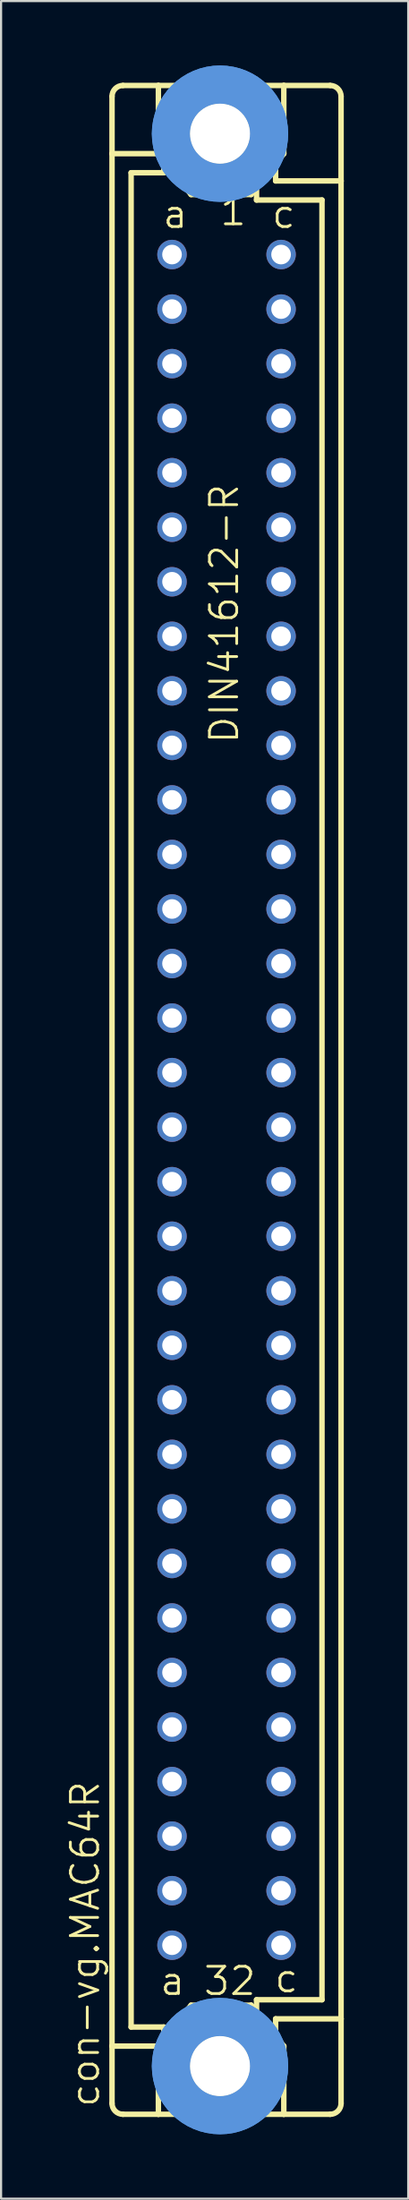
<source format=kicad_pcb>
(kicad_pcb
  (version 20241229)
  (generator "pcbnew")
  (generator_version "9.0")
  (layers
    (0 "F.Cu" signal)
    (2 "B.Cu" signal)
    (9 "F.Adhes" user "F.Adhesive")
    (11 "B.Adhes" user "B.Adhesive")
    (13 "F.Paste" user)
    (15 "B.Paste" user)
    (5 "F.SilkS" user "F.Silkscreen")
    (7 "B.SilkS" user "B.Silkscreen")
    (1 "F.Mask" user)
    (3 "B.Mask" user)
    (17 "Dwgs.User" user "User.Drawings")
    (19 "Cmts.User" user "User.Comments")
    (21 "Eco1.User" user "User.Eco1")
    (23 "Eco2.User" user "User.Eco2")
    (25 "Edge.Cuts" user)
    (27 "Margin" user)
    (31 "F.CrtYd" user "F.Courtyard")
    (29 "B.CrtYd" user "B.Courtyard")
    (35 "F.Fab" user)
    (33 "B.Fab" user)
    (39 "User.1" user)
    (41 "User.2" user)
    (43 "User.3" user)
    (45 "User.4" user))
  (footprint "con-vg.MAC64R"
    (layer "F.Cu")
    (at 7.502 48.175)
    (property "Reference" "con-vg.MAC64R" (at -5.842 46.99 90) (layer "F.SilkS") (effects (font (size 1.27 1.27) (thickness 0.13)) (justify left bottom)))
    (attr through_hole)
    (fp_line (start -5.334 -44.069) (end -5.334 -46.736) (stroke (width 0.254) (type default)) (layer "F.SilkS"))
    (fp_line (start -5.334 -44.069) (end -3.175 -44.069) (stroke (width 0.254) (type default)) (layer "F.SilkS"))
    (fp_line (start -5.334 44.069) (end -5.334 -44.069) (stroke (width 0.254) (type default)) (layer "F.SilkS"))
    (fp_line (start -5.334 44.069) (end -3.175 44.069) (stroke (width 0.254) (type default)) (layer "F.SilkS"))
    (fp_line (start -5.334 46.736) (end -5.334 44.069) (stroke (width 0.254) (type default)) (layer "F.SilkS"))
    (fp_line (start -4.826 -47.244) (end -3.175 -47.244) (stroke (width 0.254) (type default)) (layer "F.SilkS"))
    (fp_line (start -4.826 47.244) (end -3.175 47.244) (stroke (width 0.254) (type default)) (layer "F.SilkS"))
    (fp_line (start -4.445 -43.18) (end -4.445 43.18) (stroke (width 0.254) (type default)) (layer "F.SilkS"))
    (fp_line (start -4.445 43.18) (end -2.921 43.18) (stroke (width 0.254) (type default)) (layer "F.SilkS"))
    (fp_line (start -3.175 -47.244) (end -3.175 -44.069) (stroke (width 0.254) (type default)) (layer "F.SilkS"))
    (fp_line (start -3.175 47.244) (end -3.175 44.069) (stroke (width 0.254) (type default)) (layer "F.SilkS"))
    (fp_line (start -3.175 47.244) (end 2.667 47.244) (stroke (width 0.254) (type default)) (layer "F.SilkS"))
    (fp_line (start -2.921 -43.688) (end -2.921 -43.18) (stroke (width 0.254) (type default)) (layer "F.SilkS"))
    (fp_line (start -2.921 -43.18) (end -4.445 -43.18) (stroke (width 0.254) (type default)) (layer "F.SilkS"))
    (fp_line (start -2.921 43.18) (end -2.921 43.688) (stroke (width 0.254) (type default)) (layer "F.SilkS"))
    (fp_line (start -1.651 -42.164) (end -3.175 -44.069) (stroke (width 0.254) (type default)) (layer "F.SilkS"))
    (fp_line (start -1.651 42.164) (end -3.175 44.069) (stroke (width 0.254) (type default)) (layer "F.SilkS"))
    (fp_line (start -1.651 42.164) (end 1.143 42.164) (stroke (width 0.254) (type default)) (layer "F.SilkS"))
    (fp_line (start 1.143 -42.164) (end -1.651 -42.164) (stroke (width 0.254) (type default)) (layer "F.SilkS"))
    (fp_line (start 1.143 -42.164) (end 2.667 -44.069) (stroke (width 0.254) (type default)) (layer "F.SilkS"))
    (fp_line (start 1.143 42.164) (end 1.397 42.545) (stroke (width 0.254) (type default)) (layer "F.SilkS"))
    (fp_line (start 1.143 42.164) (end 2.667 44.069) (stroke (width 0.254) (type default)) (layer "F.SilkS"))
    (fp_line (start 1.397 -41.91) (end 1.397 -42.418) (stroke (width 0.254) (type default)) (layer "F.SilkS"))
    (fp_line (start 1.397 41.91) (end 4.445 41.91) (stroke (width 0.254) (type default)) (layer "F.SilkS"))
    (fp_line (start 1.397 42.545) (end 1.397 41.91) (stroke (width 0.254) (type default)) (layer "F.SilkS"))
    (fp_line (start 2.286 -42.799) (end 2.286 -43.561) (stroke (width 0.254) (type default)) (layer "F.SilkS"))
    (fp_line (start 2.286 42.799) (end 2.286 43.561) (stroke (width 0.254) (type default)) (layer "F.SilkS"))
    (fp_line (start 2.286 42.799) (end 5.334 42.799) (stroke (width 0.254) (type default)) (layer "F.SilkS"))
    (fp_line (start 2.667 -47.244) (end -3.175 -47.244) (stroke (width 0.254) (type default)) (layer "F.SilkS"))
    (fp_line (start 2.667 -47.244) (end 2.667 -44.069) (stroke (width 0.254) (type default)) (layer "F.SilkS"))
    (fp_line (start 2.667 47.244) (end 2.667 44.069) (stroke (width 0.254) (type default)) (layer "F.SilkS"))
    (fp_line (start 2.667 47.244) (end 4.826 47.244) (stroke (width 0.254) (type default)) (layer "F.SilkS"))
    (fp_line (start 4.445 -41.91) (end 1.397 -41.91) (stroke (width 0.254) (type default)) (layer "F.SilkS"))
    (fp_line (start 4.445 41.91) (end 4.445 -41.91) (stroke (width 0.254) (type default)) (layer "F.SilkS"))
    (fp_line (start 4.826 -47.244) (end 2.667 -47.244) (stroke (width 0.254) (type default)) (layer "F.SilkS"))
    (fp_line (start 5.334 -42.799) (end 2.286 -42.799) (stroke (width 0.254) (type default)) (layer "F.SilkS"))
    (fp_line (start 5.334 -42.799) (end 5.334 -46.736) (stroke (width 0.254) (type default)) (layer "F.SilkS"))
    (fp_line (start 5.334 42.799) (end 5.334 -42.799) (stroke (width 0.254) (type default)) (layer "F.SilkS"))
    (fp_line (start 5.334 46.736) (end 5.334 42.799) (stroke (width 0.254) (type default)) (layer "F.SilkS"))
    (fp_arc (start -5.334 -46.736) (mid -5.18521 -47.09521) (end -4.826 -47.244) (stroke (width 0.254) (type default)) (layer "F.SilkS"))
    (fp_arc (start -4.826 47.244) (mid -5.18521 47.09521) (end -5.334 46.736) (stroke (width 0.254) (type default)) (layer "F.SilkS"))
    (fp_arc (start 4.826 -47.244) (mid 5.18521 -47.09521) (end 5.334 -46.736) (stroke (width 0.254) (type default)) (layer "F.SilkS"))
    (fp_arc (start 5.334 46.736) (mid 5.18521 47.09521) (end 4.826 47.244) (stroke (width 0.254) (type default)) (layer "F.SilkS"))
    (fp_circle (center -0.305 -45) (end 0.965 -45) (stroke (width 0.254) (type default)) (fill no) (layer "F.SilkS"))
    (fp_circle (center -0.305 45) (end 0.965 45) (stroke (width 0.254) (type default)) (fill no) (layer "F.SilkS"))
    (fp_circle (center -0.305 -45) (end 1.981 -45) (stroke (width 1.778) (type default)) (fill no) (layer "Cmts.User"))
    (fp_circle (center -0.305 -45) (end 1.981 -45) (stroke (width 1.778) (type default)) (fill no) (layer "Cmts.User"))
    (fp_circle (center -0.305 45) (end 1.981 45) (stroke (width 1.778) (type default)) (fill no) (layer "Cmts.User"))
    (fp_circle (center -0.305 45) (end 1.981 45) (stroke (width 1.778) (type default)) (fill no) (layer "Cmts.User"))
    (fp_text user "1" (at -0.381 -40.64 0) (layer "F.SilkS") (effects (font (size 1.27 1.27) (thickness 0.13)) (justify left bottom)))
    (fp_text user "32" (at -1.143 41.783 0) (layer "F.SilkS") (effects (font (size 1.27 1.27) (thickness 0.13)) (justify left bottom)))
    (fp_text user "a" (at -3.048 -40.513 0) (layer "F.SilkS") (effects (font (size 1.27 1.27) (thickness 0.13)) (justify left bottom)))
    (fp_text user "a " (at -3.175 41.783 0) (layer "F.SilkS") (effects (font (size 1.27 1.27) (thickness 0.13)) (justify left bottom)))
    (fp_text user "DIN41612-R" (at 0.635 -16.51 90) (layer "F.SilkS") (effects (font (size 1.27 1.27) (thickness 0.13)) (justify left bottom)))
    (fp_text user "c" (at 2.032 -40.513 0) (layer "F.SilkS") (effects (font (size 1.27 1.27) (thickness 0.13)) (justify left bottom)))
    (fp_text user "c " (at 2.159 41.656 0) (layer "F.SilkS") (effects (font (size 1.27 1.27) (thickness 0.13)) (justify left bottom)))
    (pad "" np_thru_hole circle (at -0.305 -45) (size 2.794 2.794) (drill 2.794) (layers "*.Cu" "*.Mask"))
    (pad "" np_thru_hole circle (at -0.305 45) (size 2.794 2.794) (drill 2.794) (layers "*.Cu" "*.Mask"))
    (pad "A1" thru_hole circle (at -2.54 -39.37) (size 1.372 1.372) (drill 0.914) (layers "*.Cu" "*.Mask"))
    (pad "A2" thru_hole circle (at -2.54 -36.83) (size 1.372 1.372) (drill 0.914) (layers "*.Cu" "*.Mask"))
    (pad "A3" thru_hole circle (at -2.54 -34.29) (size 1.372 1.372) (drill 0.914) (layers "*.Cu" "*.Mask"))
    (pad "A4" thru_hole circle (at -2.54 -31.75) (size 1.372 1.372) (drill 0.914) (layers "*.Cu" "*.Mask"))
    (pad "A5" thru_hole circle (at -2.54 -29.21) (size 1.372 1.372) (drill 0.914) (layers "*.Cu" "*.Mask"))
    (pad "A6" thru_hole circle (at -2.54 -26.67) (size 1.372 1.372) (drill 0.914) (layers "*.Cu" "*.Mask"))
    (pad "A7" thru_hole circle (at -2.54 -24.13) (size 1.372 1.372) (drill 0.914) (layers "*.Cu" "*.Mask"))
    (pad "A8" thru_hole circle (at -2.54 -21.59) (size 1.372 1.372) (drill 0.914) (layers "*.Cu" "*.Mask"))
    (pad "A9" thru_hole circle (at -2.54 -19.05) (size 1.372 1.372) (drill 0.914) (layers "*.Cu" "*.Mask"))
    (pad "A10" thru_hole circle (at -2.54 -16.51) (size 1.372 1.372) (drill 0.914) (layers "*.Cu" "*.Mask"))
    (pad "A11" thru_hole circle (at -2.54 -13.97) (size 1.372 1.372) (drill 0.914) (layers "*.Cu" "*.Mask"))
    (pad "A12" thru_hole circle (at -2.54 -11.43) (size 1.372 1.372) (drill 0.914) (layers "*.Cu" "*.Mask"))
    (pad "A13" thru_hole circle (at -2.54 -8.89) (size 1.372 1.372) (drill 0.914) (layers "*.Cu" "*.Mask"))
    (pad "A14" thru_hole circle (at -2.54 -6.35) (size 1.372 1.372) (drill 0.914) (layers "*.Cu" "*.Mask"))
    (pad "A15" thru_hole circle (at -2.54 -3.81) (size 1.372 1.372) (drill 0.914) (layers "*.Cu" "*.Mask"))
    (pad "A16" thru_hole circle (at -2.54 -1.27) (size 1.372 1.372) (drill 0.914) (layers "*.Cu" "*.Mask"))
    (pad "A17" thru_hole circle (at -2.54 1.27) (size 1.372 1.372) (drill 0.914) (layers "*.Cu" "*.Mask"))
    (pad "A18" thru_hole circle (at -2.54 3.81) (size 1.372 1.372) (drill 0.914) (layers "*.Cu" "*.Mask"))
    (pad "A19" thru_hole circle (at -2.54 6.35) (size 1.372 1.372) (drill 0.914) (layers "*.Cu" "*.Mask"))
    (pad "A20" thru_hole circle (at -2.54 8.89) (size 1.372 1.372) (drill 0.914) (layers "*.Cu" "*.Mask"))
    (pad "A21" thru_hole circle (at -2.54 11.43) (size 1.372 1.372) (drill 0.914) (layers "*.Cu" "*.Mask"))
    (pad "A22" thru_hole circle (at -2.54 13.97) (size 1.372 1.372) (drill 0.914) (layers "*.Cu" "*.Mask"))
    (pad "A23" thru_hole circle (at -2.54 16.51) (size 1.372 1.372) (drill 0.914) (layers "*.Cu" "*.Mask"))
    (pad "A24" thru_hole circle (at -2.54 19.05) (size 1.372 1.372) (drill 0.914) (layers "*.Cu" "*.Mask"))
    (pad "A25" thru_hole circle (at -2.54 21.59) (size 1.372 1.372) (drill 0.914) (layers "*.Cu" "*.Mask"))
    (pad "A26" thru_hole circle (at -2.54 24.13) (size 1.372 1.372) (drill 0.914) (layers "*.Cu" "*.Mask"))
    (pad "A27" thru_hole circle (at -2.54 26.67) (size 1.372 1.372) (drill 0.914) (layers "*.Cu" "*.Mask"))
    (pad "A28" thru_hole circle (at -2.54 29.21) (size 1.372 1.372) (drill 0.914) (layers "*.Cu" "*.Mask"))
    (pad "A29" thru_hole circle (at -2.54 31.75) (size 1.372 1.372) (drill 0.914) (layers "*.Cu" "*.Mask"))
    (pad "A30" thru_hole circle (at -2.54 34.29) (size 1.372 1.372) (drill 0.914) (layers "*.Cu" "*.Mask"))
    (pad "A31" thru_hole circle (at -2.54 36.83) (size 1.372 1.372) (drill 0.914) (layers "*.Cu" "*.Mask"))
    (pad "A32" thru_hole circle (at -2.54 39.37) (size 1.372 1.372) (drill 0.914) (layers "*.Cu" "*.Mask"))
    (pad "C1" thru_hole circle (at 2.54 -39.37) (size 1.372 1.372) (drill 0.914) (layers "*.Cu" "*.Mask"))
    (pad "C2" thru_hole circle (at 2.54 -36.83) (size 1.372 1.372) (drill 0.914) (layers "*.Cu" "*.Mask"))
    (pad "C3" thru_hole circle (at 2.54 -34.29) (size 1.372 1.372) (drill 0.914) (layers "*.Cu" "*.Mask"))
    (pad "C4" thru_hole circle (at 2.54 -31.75) (size 1.372 1.372) (drill 0.914) (layers "*.Cu" "*.Mask"))
    (pad "C5" thru_hole circle (at 2.54 -29.21) (size 1.372 1.372) (drill 0.914) (layers "*.Cu" "*.Mask"))
    (pad "C6" thru_hole circle (at 2.54 -26.67) (size 1.372 1.372) (drill 0.914) (layers "*.Cu" "*.Mask"))
    (pad "C7" thru_hole circle (at 2.54 -24.13) (size 1.372 1.372) (drill 0.914) (layers "*.Cu" "*.Mask"))
    (pad "C8" thru_hole circle (at 2.54 -21.59) (size 1.372 1.372) (drill 0.914) (layers "*.Cu" "*.Mask"))
    (pad "C9" thru_hole circle (at 2.54 -19.05) (size 1.372 1.372) (drill 0.914) (layers "*.Cu" "*.Mask"))
    (pad "C10" thru_hole circle (at 2.54 -16.51) (size 1.372 1.372) (drill 0.914) (layers "*.Cu" "*.Mask"))
    (pad "C11" thru_hole circle (at 2.54 -13.97) (size 1.372 1.372) (drill 0.914) (layers "*.Cu" "*.Mask"))
    (pad "C12" thru_hole circle (at 2.54 -11.43) (size 1.372 1.372) (drill 0.914) (layers "*.Cu" "*.Mask"))
    (pad "C13" thru_hole circle (at 2.54 -8.89) (size 1.372 1.372) (drill 0.914) (layers "*.Cu" "*.Mask"))
    (pad "C14" thru_hole circle (at 2.54 -6.35) (size 1.372 1.372) (drill 0.914) (layers "*.Cu" "*.Mask"))
    (pad "C15" thru_hole circle (at 2.54 -3.81) (size 1.372 1.372) (drill 0.914) (layers "*.Cu" "*.Mask"))
    (pad "C16" thru_hole circle (at 2.54 -1.27) (size 1.372 1.372) (drill 0.914) (layers "*.Cu" "*.Mask"))
    (pad "C17" thru_hole circle (at 2.54 1.27) (size 1.372 1.372) (drill 0.914) (layers "*.Cu" "*.Mask"))
    (pad "C18" thru_hole circle (at 2.54 3.81) (size 1.372 1.372) (drill 0.914) (layers "*.Cu" "*.Mask"))
    (pad "C19" thru_hole circle (at 2.54 6.35) (size 1.372 1.372) (drill 0.914) (layers "*.Cu" "*.Mask"))
    (pad "C20" thru_hole circle (at 2.54 8.89) (size 1.372 1.372) (drill 0.914) (layers "*.Cu" "*.Mask"))
    (pad "C21" thru_hole circle (at 2.54 11.43) (size 1.372 1.372) (drill 0.914) (layers "*.Cu" "*.Mask"))
    (pad "C22" thru_hole circle (at 2.54 13.97) (size 1.372 1.372) (drill 0.914) (layers "*.Cu" "*.Mask"))
    (pad "C23" thru_hole circle (at 2.54 16.51) (size 1.372 1.372) (drill 0.914) (layers "*.Cu" "*.Mask"))
    (pad "C24" thru_hole circle (at 2.54 19.05) (size 1.372 1.372) (drill 0.914) (layers "*.Cu" "*.Mask"))
    (pad "C25" thru_hole circle (at 2.54 21.59) (size 1.372 1.372) (drill 0.914) (layers "*.Cu" "*.Mask"))
    (pad "C26" thru_hole circle (at 2.54 24.13) (size 1.372 1.372) (drill 0.914) (layers "*.Cu" "*.Mask"))
    (pad "C27" thru_hole circle (at 2.54 26.67) (size 1.372 1.372) (drill 0.914) (layers "*.Cu" "*.Mask"))
    (pad "C28" thru_hole circle (at 2.54 29.21) (size 1.372 1.372) (drill 0.914) (layers "*.Cu" "*.Mask"))
    (pad "C29" thru_hole circle (at 2.54 31.75) (size 1.372 1.372) (drill 0.914) (layers "*.Cu" "*.Mask"))
    (pad "C30" thru_hole circle (at 2.54 34.29) (size 1.372 1.372) (drill 0.914) (layers "*.Cu" "*.Mask"))
    (pad "C31" thru_hole circle (at 2.54 36.83) (size 1.372 1.372) (drill 0.914) (layers "*.Cu" "*.Mask"))
    (pad "C32" thru_hole circle (at 2.54 39.37) (size 1.372 1.372) (drill 0.914) (layers "*.Cu" "*.Mask")))
  (gr_rect
    (start -3 -3)
    (end 15.963 99.35)
    (stroke (width 0.1) (type default))
    (fill no)
    (layer "Edge.Cuts")))
</source>
